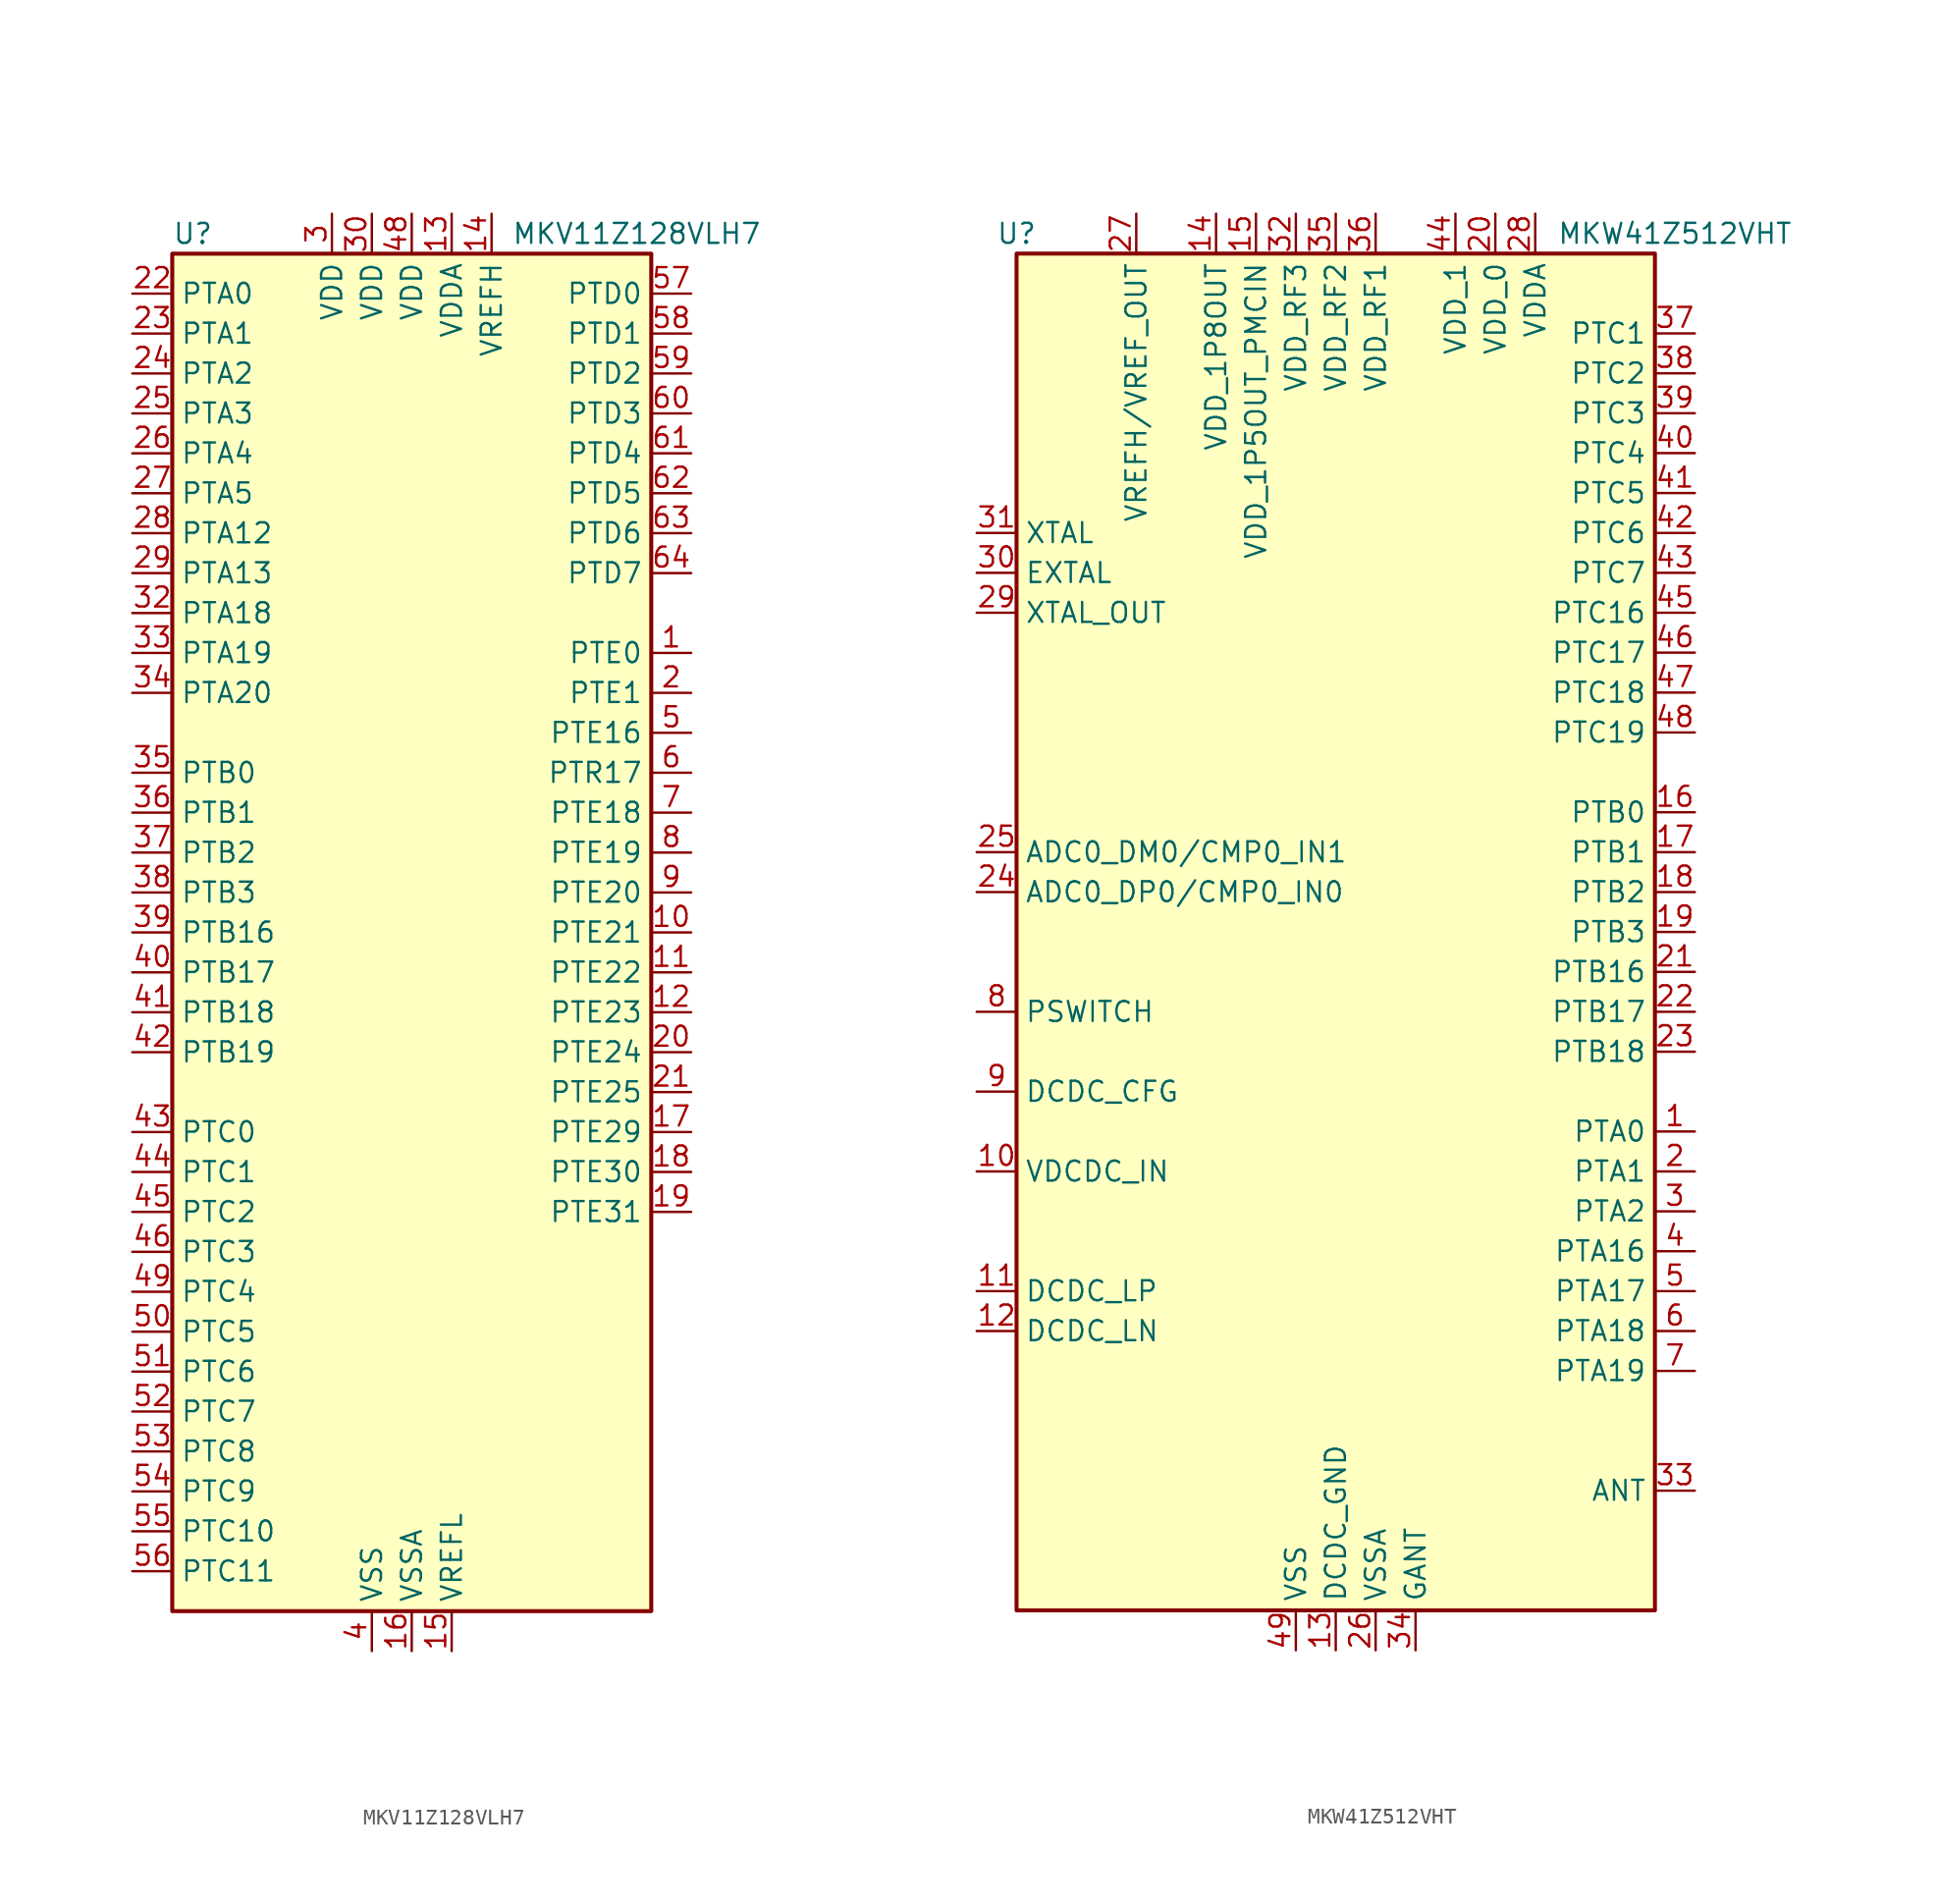
<source format=kicad_sym>
(kicad_symbol_lib
  (version 20201005)
  (generator kicad_symbol_editor)
  (symbol "MKV11Z128VLH7"
    (property "Reference" "U"
      (at -15.24 44.45 0)
      (effects (font (size 1.27 1.27)) (justify left)))
    (property "Value" "MKV11Z128VLH7"
      (at 6.35 44.45 0)
      (effects (font (size 1.27 1.27)) (justify left)))
    (symbol "MKV11Z128VLH7_0_1"
      (rectangle (start -15.24 43.18) (end 15.24 -43.18) (stroke (width 0.254)) (fill (type background))))
    (symbol "MKV11Z128VLH7_1_1"
      (pin bidirectional line (at 17.78 17.78 180) (length 2.54) (name "PTE0" (effects (font (size 1.27 1.27)))) (number "1" (effects (font (size 1.27 1.27)))))
      (pin bidirectional line (at 17.78 0 180) (length 2.54) (name "PTE21" (effects (font (size 1.27 1.27)))) (number "10" (effects (font (size 1.27 1.27)))))
      (pin bidirectional line (at 17.78 -2.54 180) (length 2.54) (name "PTE22" (effects (font (size 1.27 1.27)))) (number "11" (effects (font (size 1.27 1.27)))))
      (pin bidirectional line (at 17.78 -5.08 180) (length 2.54) (name "PTE23" (effects (font (size 1.27 1.27)))) (number "12" (effects (font (size 1.27 1.27)))))
      (pin power_in line (at 2.54 45.72 270) (length 2.54) (name "VDDA" (effects (font (size 1.27 1.27)))) (number "13" (effects (font (size 1.27 1.27)))))
      (pin power_in line (at 5.08 45.72 270) (length 2.54) (name "VREFH" (effects (font (size 1.27 1.27)))) (number "14" (effects (font (size 1.27 1.27)))))
      (pin power_in line (at 2.54 -45.72 90) (length 2.54) (name "VREFL" (effects (font (size 1.27 1.27)))) (number "15" (effects (font (size 1.27 1.27)))))
      (pin power_in line (at 0 -45.72 90) (length 2.54) (name "VSSA" (effects (font (size 1.27 1.27)))) (number "16" (effects (font (size 1.27 1.27)))))
      (pin bidirectional line (at 17.78 -12.7 180) (length 2.54) (name "PTE29" (effects (font (size 1.27 1.27)))) (number "17" (effects (font (size 1.27 1.27)))))
      (pin bidirectional line (at 17.78 -15.24 180) (length 2.54) (name "PTE30" (effects (font (size 1.27 1.27)))) (number "18" (effects (font (size 1.27 1.27)))))
      (pin bidirectional line (at 17.78 -17.78 180) (length 2.54) (name "PTE31" (effects (font (size 1.27 1.27)))) (number "19" (effects (font (size 1.27 1.27)))))
      (pin bidirectional line (at 17.78 15.24 180) (length 2.54) (name "PTE1" (effects (font (size 1.27 1.27)))) (number "2" (effects (font (size 1.27 1.27)))))
      (pin bidirectional line (at 17.78 -7.62 180) (length 2.54) (name "PTE24" (effects (font (size 1.27 1.27)))) (number "20" (effects (font (size 1.27 1.27)))))
      (pin bidirectional line (at 17.78 -10.16 180) (length 2.54) (name "PTE25" (effects (font (size 1.27 1.27)))) (number "21" (effects (font (size 1.27 1.27)))))
      (pin bidirectional line (at -17.78 40.64 0) (length 2.54) (name "PTA0" (effects (font (size 1.27 1.27)))) (number "22" (effects (font (size 1.27 1.27)))))
      (pin bidirectional line (at -17.78 38.1 0) (length 2.54) (name "PTA1" (effects (font (size 1.27 1.27)))) (number "23" (effects (font (size 1.27 1.27)))))
      (pin bidirectional line (at -17.78 35.56 0) (length 2.54) (name "PTA2" (effects (font (size 1.27 1.27)))) (number "24" (effects (font (size 1.27 1.27)))))
      (pin bidirectional line (at -17.78 33.02 0) (length 2.54) (name "PTA3" (effects (font (size 1.27 1.27)))) (number "25" (effects (font (size 1.27 1.27)))))
      (pin bidirectional line (at -17.78 30.48 0) (length 2.54) (name "PTA4" (effects (font (size 1.27 1.27)))) (number "26" (effects (font (size 1.27 1.27)))))
      (pin bidirectional line (at -17.78 27.94 0) (length 2.54) (name "PTA5" (effects (font (size 1.27 1.27)))) (number "27" (effects (font (size 1.27 1.27)))))
      (pin bidirectional line (at -17.78 25.4 0) (length 2.54) (name "PTA12" (effects (font (size 1.27 1.27)))) (number "28" (effects (font (size 1.27 1.27)))))
      (pin bidirectional line (at -17.78 22.86 0) (length 2.54) (name "PTA13" (effects (font (size 1.27 1.27)))) (number "29" (effects (font (size 1.27 1.27)))))
      (pin power_in line (at -5.08 45.72 270) (length 2.54) (name "VDD" (effects (font (size 1.27 1.27)))) (number "3" (effects (font (size 1.27 1.27)))))
      (pin power_in line (at -2.54 45.72 270) (length 2.54) (name "VDD" (effects (font (size 1.27 1.27)))) (number "30" (effects (font (size 1.27 1.27)))))
      (pin passive line (at -2.54 -45.72 90) (length 2.54) hide (name "VSS" (effects (font (size 1.27 1.27)))) (number "31" (effects (font (size 1.27 1.27)))))
      (pin bidirectional line (at -17.78 20.32 0) (length 2.54) (name "PTA18" (effects (font (size 1.27 1.27)))) (number "32" (effects (font (size 1.27 1.27)))))
      (pin bidirectional line (at -17.78 17.78 0) (length 2.54) (name "PTA19" (effects (font (size 1.27 1.27)))) (number "33" (effects (font (size 1.27 1.27)))))
      (pin bidirectional line (at -17.78 15.24 0) (length 2.54) (name "PTA20" (effects (font (size 1.27 1.27)))) (number "34" (effects (font (size 1.27 1.27)))))
      (pin bidirectional line (at -17.78 10.16 0) (length 2.54) (name "PTB0" (effects (font (size 1.27 1.27)))) (number "35" (effects (font (size 1.27 1.27)))))
      (pin bidirectional line (at -17.78 7.62 0) (length 2.54) (name "PTB1" (effects (font (size 1.27 1.27)))) (number "36" (effects (font (size 1.27 1.27)))))
      (pin bidirectional line (at -17.78 5.08 0) (length 2.54) (name "PTB2" (effects (font (size 1.27 1.27)))) (number "37" (effects (font (size 1.27 1.27)))))
      (pin bidirectional line (at -17.78 2.54 0) (length 2.54) (name "PTB3" (effects (font (size 1.27 1.27)))) (number "38" (effects (font (size 1.27 1.27)))))
      (pin bidirectional line (at -17.78 0 0) (length 2.54) (name "PTB16" (effects (font (size 1.27 1.27)))) (number "39" (effects (font (size 1.27 1.27)))))
      (pin power_in line (at -2.54 -45.72 90) (length 2.54) (name "VSS" (effects (font (size 1.27 1.27)))) (number "4" (effects (font (size 1.27 1.27)))))
      (pin bidirectional line (at -17.78 -2.54 0) (length 2.54) (name "PTB17" (effects (font (size 1.27 1.27)))) (number "40" (effects (font (size 1.27 1.27)))))
      (pin bidirectional line (at -17.78 -5.08 0) (length 2.54) (name "PTB18" (effects (font (size 1.27 1.27)))) (number "41" (effects (font (size 1.27 1.27)))))
      (pin bidirectional line (at -17.78 -7.62 0) (length 2.54) (name "PTB19" (effects (font (size 1.27 1.27)))) (number "42" (effects (font (size 1.27 1.27)))))
      (pin bidirectional line (at -17.78 -12.7 0) (length 2.54) (name "PTC0" (effects (font (size 1.27 1.27)))) (number "43" (effects (font (size 1.27 1.27)))))
      (pin bidirectional line (at -17.78 -15.24 0) (length 2.54) (name "PTC1" (effects (font (size 1.27 1.27)))) (number "44" (effects (font (size 1.27 1.27)))))
      (pin bidirectional line (at -17.78 -17.78 0) (length 2.54) (name "PTC2" (effects (font (size 1.27 1.27)))) (number "45" (effects (font (size 1.27 1.27)))))
      (pin bidirectional line (at -17.78 -20.32 0) (length 2.54) (name "PTC3" (effects (font (size 1.27 1.27)))) (number "46" (effects (font (size 1.27 1.27)))))
      (pin passive line (at -2.54 -45.72 90) (length 2.54) hide (name "VSS" (effects (font (size 1.27 1.27)))) (number "47" (effects (font (size 1.27 1.27)))))
      (pin power_in line (at 0 45.72 270) (length 2.54) (name "VDD" (effects (font (size 1.27 1.27)))) (number "48" (effects (font (size 1.27 1.27)))))
      (pin bidirectional line (at -17.78 -22.86 0) (length 2.54) (name "PTC4" (effects (font (size 1.27 1.27)))) (number "49" (effects (font (size 1.27 1.27)))))
      (pin bidirectional line (at 17.78 12.7 180) (length 2.54) (name "PTE16" (effects (font (size 1.27 1.27)))) (number "5" (effects (font (size 1.27 1.27)))))
      (pin bidirectional line (at -17.78 -25.4 0) (length 2.54) (name "PTC5" (effects (font (size 1.27 1.27)))) (number "50" (effects (font (size 1.27 1.27)))))
      (pin bidirectional line (at -17.78 -27.94 0) (length 2.54) (name "PTC6" (effects (font (size 1.27 1.27)))) (number "51" (effects (font (size 1.27 1.27)))))
      (pin bidirectional line (at -17.78 -30.48 0) (length 2.54) (name "PTC7" (effects (font (size 1.27 1.27)))) (number "52" (effects (font (size 1.27 1.27)))))
      (pin bidirectional line (at -17.78 -33.02 0) (length 2.54) (name "PTC8" (effects (font (size 1.27 1.27)))) (number "53" (effects (font (size 1.27 1.27)))))
      (pin bidirectional line (at -17.78 -35.56 0) (length 2.54) (name "PTC9" (effects (font (size 1.27 1.27)))) (number "54" (effects (font (size 1.27 1.27)))))
      (pin bidirectional line (at -17.78 -38.1 0) (length 2.54) (name "PTC10" (effects (font (size 1.27 1.27)))) (number "55" (effects (font (size 1.27 1.27)))))
      (pin bidirectional line (at -17.78 -40.64 0) (length 2.54) (name "PTC11" (effects (font (size 1.27 1.27)))) (number "56" (effects (font (size 1.27 1.27)))))
      (pin bidirectional line (at 17.78 40.64 180) (length 2.54) (name "PTD0" (effects (font (size 1.27 1.27)))) (number "57" (effects (font (size 1.27 1.27)))))
      (pin bidirectional line (at 17.78 38.1 180) (length 2.54) (name "PTD1" (effects (font (size 1.27 1.27)))) (number "58" (effects (font (size 1.27 1.27)))))
      (pin bidirectional line (at 17.78 35.56 180) (length 2.54) (name "PTD2" (effects (font (size 1.27 1.27)))) (number "59" (effects (font (size 1.27 1.27)))))
      (pin bidirectional line (at 17.78 10.16 180) (length 2.54) (name "PTR17" (effects (font (size 1.27 1.27)))) (number "6" (effects (font (size 1.27 1.27)))))
      (pin bidirectional line (at 17.78 33.02 180) (length 2.54) (name "PTD3" (effects (font (size 1.27 1.27)))) (number "60" (effects (font (size 1.27 1.27)))))
      (pin bidirectional line (at 17.78 30.48 180) (length 2.54) (name "PTD4" (effects (font (size 1.27 1.27)))) (number "61" (effects (font (size 1.27 1.27)))))
      (pin bidirectional line (at 17.78 27.94 180) (length 2.54) (name "PTD5" (effects (font (size 1.27 1.27)))) (number "62" (effects (font (size 1.27 1.27)))))
      (pin bidirectional line (at 17.78 25.4 180) (length 2.54) (name "PTD6" (effects (font (size 1.27 1.27)))) (number "63" (effects (font (size 1.27 1.27)))))
      (pin bidirectional line (at 17.78 22.86 180) (length 2.54) (name "PTD7" (effects (font (size 1.27 1.27)))) (number "64" (effects (font (size 1.27 1.27)))))
      (pin bidirectional line (at 17.78 7.62 180) (length 2.54) (name "PTE18" (effects (font (size 1.27 1.27)))) (number "7" (effects (font (size 1.27 1.27)))))
      (pin bidirectional line (at 17.78 5.08 180) (length 2.54) (name "PTE19" (effects (font (size 1.27 1.27)))) (number "8" (effects (font (size 1.27 1.27)))))
      (pin bidirectional line (at 17.78 2.54 180) (length 2.54) (name "PTE20" (effects (font (size 1.27 1.27)))) (number "9" (effects (font (size 1.27 1.27)))))))
  (symbol "MKW41Z512VHT"
    (property "Reference" "U"
      (at -20.32 44.45 0)
      (effects (font (size 1.27 1.27))))
    (property "Value" "MKW41Z512VHT"
      (at 21.59 44.45 0)
      (effects (font (size 1.27 1.27))))
    (symbol "MKW41Z512VHT_0_0"
      (pin bidirectional line (at 22.86 -12.7 180) (length 2.54) (name "PTA0" (effects (font (size 1.27 1.27)))) (number "1" (effects (font (size 1.27 1.27)))))
      (pin power_in line (at -22.86 -15.24 0) (length 2.54) (name "VDCDC_IN" (effects (font (size 1.27 1.27)))) (number "10" (effects (font (size 1.27 1.27)))))
      (pin passive line (at -22.86 -22.86 0) (length 2.54) (name "DCDC_LP" (effects (font (size 1.27 1.27)))) (number "11" (effects (font (size 1.27 1.27)))))
      (pin passive line (at -22.86 -25.4 0) (length 2.54) (name "DCDC_LN" (effects (font (size 1.27 1.27)))) (number "12" (effects (font (size 1.27 1.27)))))
      (pin power_in line (at 0 -45.72 90) (length 2.54) (name "DCDC_GND" (effects (font (size 1.27 1.27)))) (number "13" (effects (font (size 1.27 1.27)))))
      (pin power_out line (at -7.62 45.72 270) (length 2.54) (name "VDD_1P8OUT" (effects (font (size 1.27 1.27)))) (number "14" (effects (font (size 1.27 1.27)))))
      (pin power_out line (at -5.08 45.72 270) (length 2.54) (name "VDD_1P5OUT_PMCIN" (effects (font (size 1.27 1.27)))) (number "15" (effects (font (size 1.27 1.27)))))
      (pin bidirectional line (at 22.86 7.62 180) (length 2.54) (name "PTB0" (effects (font (size 1.27 1.27)))) (number "16" (effects (font (size 1.27 1.27)))))
      (pin bidirectional line (at 22.86 5.08 180) (length 2.54) (name "PTB1" (effects (font (size 1.27 1.27)))) (number "17" (effects (font (size 1.27 1.27)))))
      (pin bidirectional line (at 22.86 2.54 180) (length 2.54) (name "PTB2" (effects (font (size 1.27 1.27)))) (number "18" (effects (font (size 1.27 1.27)))))
      (pin bidirectional line (at 22.86 0 180) (length 2.54) (name "PTB3" (effects (font (size 1.27 1.27)))) (number "19" (effects (font (size 1.27 1.27)))))
      (pin bidirectional line (at 22.86 -15.24 180) (length 2.54) (name "PTA1" (effects (font (size 1.27 1.27)))) (number "2" (effects (font (size 1.27 1.27)))))
      (pin power_in line (at 10.16 45.72 270) (length 2.54) (name "VDD_0" (effects (font (size 1.27 1.27)))) (number "20" (effects (font (size 1.27 1.27)))))
      (pin bidirectional line (at 22.86 -2.54 180) (length 2.54) (name "PTB16" (effects (font (size 1.27 1.27)))) (number "21" (effects (font (size 1.27 1.27)))))
      (pin bidirectional line (at 22.86 -5.08 180) (length 2.54) (name "PTB17" (effects (font (size 1.27 1.27)))) (number "22" (effects (font (size 1.27 1.27)))))
      (pin bidirectional line (at 22.86 -7.62 180) (length 2.54) (name "PTB18" (effects (font (size 1.27 1.27)))) (number "23" (effects (font (size 1.27 1.27)))))
      (pin input line (at -22.86 2.54 0) (length 2.54) (name "ADC0_DP0/CMP0_IN0" (effects (font (size 1.27 1.27)))) (number "24" (effects (font (size 1.27 1.27)))))
      (pin input line (at -22.86 5.08 0) (length 2.54) (name "ADC0_DM0/CMP0_IN1" (effects (font (size 1.27 1.27)))) (number "25" (effects (font (size 1.27 1.27)))))
      (pin power_in line (at 2.54 -45.72 90) (length 2.54) (name "VSSA" (effects (font (size 1.27 1.27)))) (number "26" (effects (font (size 1.27 1.27)))))
      (pin bidirectional line (at -12.7 45.72 270) (length 2.54) (name "VREFH/VREF_OUT" (effects (font (size 1.27 1.27)))) (number "27" (effects (font (size 1.27 1.27)))))
      (pin power_in line (at 12.7 45.72 270) (length 2.54) (name "VDDA" (effects (font (size 1.27 1.27)))) (number "28" (effects (font (size 1.27 1.27)))))
      (pin output line (at -22.86 20.32 0) (length 2.54) (name "XTAL_OUT" (effects (font (size 1.27 1.27)))) (number "29" (effects (font (size 1.27 1.27)))))
      (pin bidirectional line (at 22.86 -17.78 180) (length 2.54) (name "PTA2" (effects (font (size 1.27 1.27)))) (number "3" (effects (font (size 1.27 1.27)))))
      (pin input line (at -22.86 22.86 0) (length 2.54) (name "EXTAL" (effects (font (size 1.27 1.27)))) (number "30" (effects (font (size 1.27 1.27)))))
      (pin input line (at -22.86 25.4 0) (length 2.54) (name "XTAL" (effects (font (size 1.27 1.27)))) (number "31" (effects (font (size 1.27 1.27)))))
      (pin power_in line (at -2.54 45.72 270) (length 2.54) (name "VDD_RF3" (effects (font (size 1.27 1.27)))) (number "32" (effects (font (size 1.27 1.27)))))
      (pin passive line (at 22.86 -35.56 180) (length 2.54) (name "ANT" (effects (font (size 1.27 1.27)))) (number "33" (effects (font (size 1.27 1.27)))))
      (pin power_in line (at 5.08 -45.72 90) (length 2.54) (name "GANT" (effects (font (size 1.27 1.27)))) (number "34" (effects (font (size 1.27 1.27)))))
      (pin power_in line (at 0 45.72 270) (length 2.54) (name "VDD_RF2" (effects (font (size 1.27 1.27)))) (number "35" (effects (font (size 1.27 1.27)))))
      (pin power_in line (at 2.54 45.72 270) (length 2.54) (name "VDD_RF1" (effects (font (size 1.27 1.27)))) (number "36" (effects (font (size 1.27 1.27)))))
      (pin bidirectional line (at 22.86 38.1 180) (length 2.54) (name "PTC1" (effects (font (size 1.27 1.27)))) (number "37" (effects (font (size 1.27 1.27)))))
      (pin bidirectional line (at 22.86 35.56 180) (length 2.54) (name "PTC2" (effects (font (size 1.27 1.27)))) (number "38" (effects (font (size 1.27 1.27)))))
      (pin bidirectional line (at 22.86 33.02 180) (length 2.54) (name "PTC3" (effects (font (size 1.27 1.27)))) (number "39" (effects (font (size 1.27 1.27)))))
      (pin bidirectional line (at 22.86 -20.32 180) (length 2.54) (name "PTA16" (effects (font (size 1.27 1.27)))) (number "4" (effects (font (size 1.27 1.27)))))
      (pin bidirectional line (at 22.86 30.48 180) (length 2.54) (name "PTC4" (effects (font (size 1.27 1.27)))) (number "40" (effects (font (size 1.27 1.27)))))
      (pin bidirectional line (at 22.86 27.94 180) (length 2.54) (name "PTC5" (effects (font (size 1.27 1.27)))) (number "41" (effects (font (size 1.27 1.27)))))
      (pin bidirectional line (at 22.86 25.4 180) (length 2.54) (name "PTC6" (effects (font (size 1.27 1.27)))) (number "42" (effects (font (size 1.27 1.27)))))
      (pin bidirectional line (at 22.86 22.86 180) (length 2.54) (name "PTC7" (effects (font (size 1.27 1.27)))) (number "43" (effects (font (size 1.27 1.27)))))
      (pin power_in line (at 7.62 45.72 270) (length 2.54) (name "VDD_1" (effects (font (size 1.27 1.27)))) (number "44" (effects (font (size 1.27 1.27)))))
      (pin bidirectional line (at 22.86 20.32 180) (length 2.54) (name "PTC16" (effects (font (size 1.27 1.27)))) (number "45" (effects (font (size 1.27 1.27)))))
      (pin bidirectional line (at 22.86 17.78 180) (length 2.54) (name "PTC17" (effects (font (size 1.27 1.27)))) (number "46" (effects (font (size 1.27 1.27)))))
      (pin bidirectional line (at 22.86 15.24 180) (length 2.54) (name "PTC18" (effects (font (size 1.27 1.27)))) (number "47" (effects (font (size 1.27 1.27)))))
      (pin bidirectional line (at 22.86 12.7 180) (length 2.54) (name "PTC19" (effects (font (size 1.27 1.27)))) (number "48" (effects (font (size 1.27 1.27)))))
      (pin power_in line (at -2.54 -45.72 90) (length 2.54) (name "VSS" (effects (font (size 1.27 1.27)))) (number "49" (effects (font (size 1.27 1.27)))))
      (pin bidirectional line (at 22.86 -22.86 180) (length 2.54) (name "PTA17" (effects (font (size 1.27 1.27)))) (number "5" (effects (font (size 1.27 1.27)))))
      (pin bidirectional line (at 22.86 -25.4 180) (length 2.54) (name "PTA18" (effects (font (size 1.27 1.27)))) (number "6" (effects (font (size 1.27 1.27)))))
      (pin bidirectional line (at 22.86 -27.94 180) (length 2.54) (name "PTA19" (effects (font (size 1.27 1.27)))) (number "7" (effects (font (size 1.27 1.27)))))
      (pin input line (at -22.86 -5.08 0) (length 2.54) (name "PSWITCH" (effects (font (size 1.27 1.27)))) (number "8" (effects (font (size 1.27 1.27)))))
      (pin input line (at -22.86 -10.16 0) (length 2.54) (name "DCDC_CFG" (effects (font (size 1.27 1.27)))) (number "9" (effects (font (size 1.27 1.27))))))
    (symbol "MKW41Z512VHT_0_1"
      (rectangle (start -20.32 -43.18) (end 20.32 43.18) (stroke (width 0.254)) (fill (type background))))))
</source>
